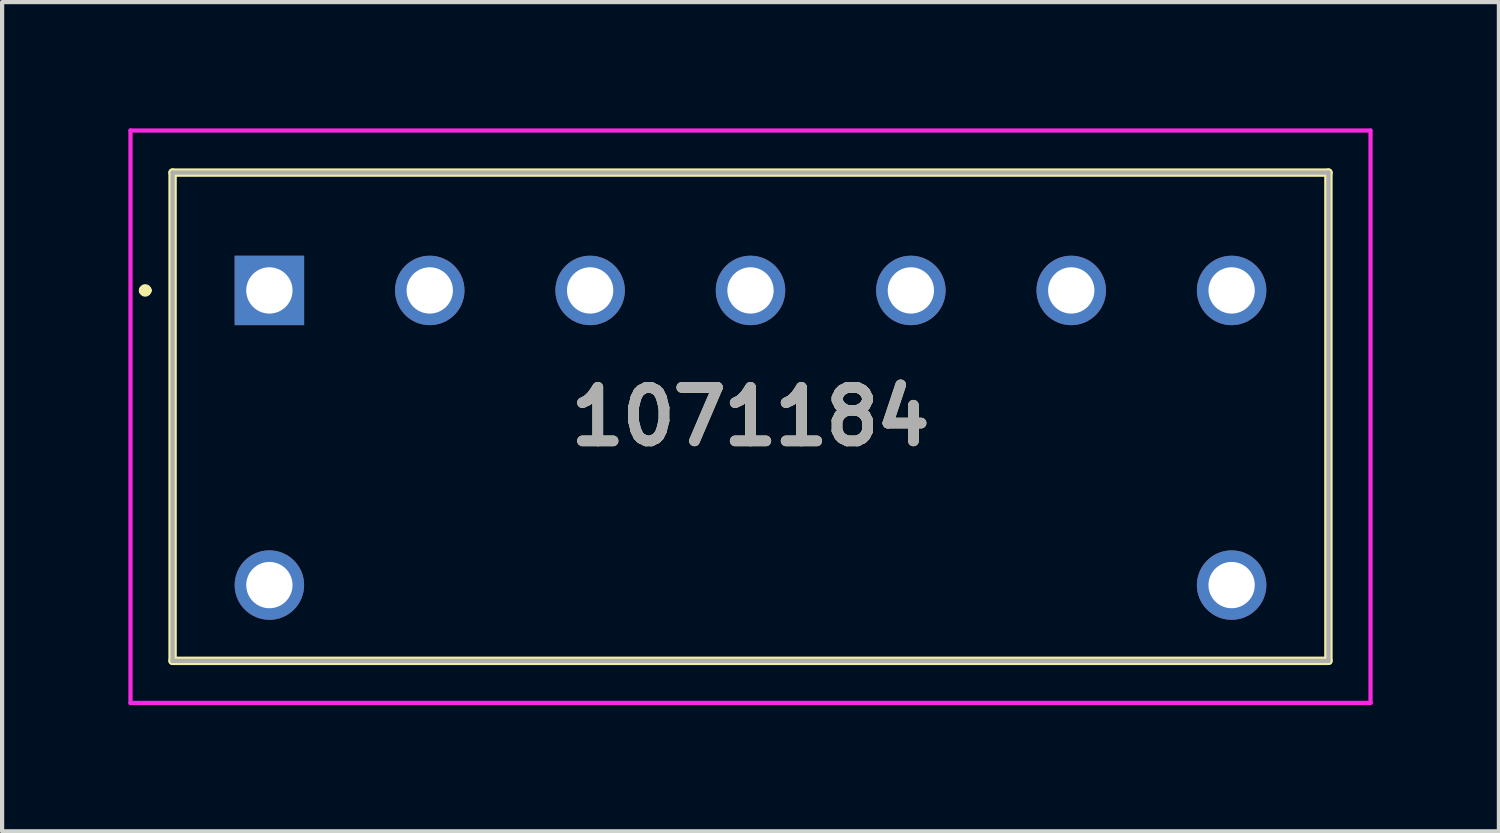
<source format=kicad_pcb>
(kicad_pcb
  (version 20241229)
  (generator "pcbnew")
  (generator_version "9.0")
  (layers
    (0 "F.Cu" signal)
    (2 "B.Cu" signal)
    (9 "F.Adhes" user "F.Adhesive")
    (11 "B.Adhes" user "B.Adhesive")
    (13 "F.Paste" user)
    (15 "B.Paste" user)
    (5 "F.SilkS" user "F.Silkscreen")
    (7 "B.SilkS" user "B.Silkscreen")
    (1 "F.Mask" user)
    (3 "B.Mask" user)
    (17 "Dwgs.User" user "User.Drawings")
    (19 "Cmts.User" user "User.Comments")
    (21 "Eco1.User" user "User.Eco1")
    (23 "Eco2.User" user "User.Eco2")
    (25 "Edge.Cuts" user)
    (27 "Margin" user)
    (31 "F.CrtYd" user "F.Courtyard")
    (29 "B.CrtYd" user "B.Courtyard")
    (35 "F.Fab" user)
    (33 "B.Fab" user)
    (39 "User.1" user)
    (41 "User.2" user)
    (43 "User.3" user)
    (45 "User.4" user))
  (footprint "1071184"
    (layer "F.Cu")
    (at 3.35 3.85)
    (property "Reference" "1071184" (at 11.43 3 0) (layer "F.SilkS") (effects (font (size 1.27 1.27) (thickness 0.254))))
    (attr through_hole)
    (fp_line (start -3 0) (end -3 0) (stroke (width 0.2) (type solid)) (layer "F.SilkS"))
    (fp_line (start -2.9 0) (end -3 0) (stroke (width 0.2) (type solid)) (layer "F.SilkS"))
    (fp_line (start -2.9 0) (end -2.9 0) (stroke (width 0.2) (type solid)) (layer "F.SilkS"))
    (fp_line (start -2.3 -2.8) (end 25.16 -2.8) (stroke (width 0.2) (type solid)) (layer "F.SilkS"))
    (fp_line (start -2.3 8.8) (end -2.3 -2.8) (stroke (width 0.2) (type solid)) (layer "F.SilkS"))
    (fp_line (start 25.16 -2.8) (end 25.16 8.8) (stroke (width 0.2) (type solid)) (layer "F.SilkS"))
    (fp_line (start 25.16 8.8) (end -2.3 8.8) (stroke (width 0.2) (type solid)) (layer "F.SilkS"))
    (fp_arc (start -3 0) (mid -2.95 -0.05) (end -2.9 0) (stroke (width 0.2) (type solid)) (layer "F.SilkS"))
    (fp_arc (start -2.9 0) (mid -2.95 0.05) (end -3 0) (stroke (width 0.2) (type solid)) (layer "F.SilkS"))
    (fp_line (start -3.3 -3.8) (end 26.16 -3.8) (stroke (width 0.1) (type solid)) (layer "F.CrtYd"))
    (fp_line (start -3.3 9.8) (end -3.3 -3.8) (stroke (width 0.1) (type solid)) (layer "F.CrtYd"))
    (fp_line (start 26.16 -3.8) (end 26.16 9.8) (stroke (width 0.1) (type solid)) (layer "F.CrtYd"))
    (fp_line (start 26.16 9.8) (end -3.3 9.8) (stroke (width 0.1) (type solid)) (layer "F.CrtYd"))
    (fp_line (start -2.3 -2.8) (end -2.3 8.8) (stroke (width 0.1) (type solid)) (layer "F.Fab"))
    (fp_line (start -2.3 8.8) (end 25.16 8.8) (stroke (width 0.1) (type solid)) (layer "F.Fab"))
    (fp_line (start 25.16 -2.8) (end -2.3 -2.8) (stroke (width 0.1) (type solid)) (layer "F.Fab"))
    (fp_line (start 25.16 8.8) (end 25.16 -2.8) (stroke (width 0.1) (type solid)) (layer "F.Fab"))
    (fp_text user "${REFERENCE}" (at 11.43 3 0) (layer "F.Fab") (effects (font (size 1.27 1.27) (thickness 0.254))))
    (pad "1" thru_hole rect (at 0 0) (size 1.65 1.65) (drill 1.1) (layers "*.Cu" "*.Mask"))
    (pad "2" thru_hole circle (at 3.81 0) (size 1.65 1.65) (drill 1.1) (layers "*.Cu" "*.Mask"))
    (pad "3" thru_hole circle (at 7.62 0) (size 1.65 1.65) (drill 1.1) (layers "*.Cu" "*.Mask"))
    (pad "4" thru_hole circle (at 11.43 0) (size 1.65 1.65) (drill 1.1) (layers "*.Cu" "*.Mask"))
    (pad "5" thru_hole circle (at 15.24 0) (size 1.65 1.65) (drill 1.1) (layers "*.Cu" "*.Mask"))
    (pad "6" thru_hole circle (at 19.05 0) (size 1.65 1.65) (drill 1.1) (layers "*.Cu" "*.Mask"))
    (pad "7" thru_hole circle (at 22.86 0) (size 1.65 1.65) (drill 1.1) (layers "*.Cu" "*.Mask"))
    (pad "MH1" thru_hole circle (at 0 7) (size 1.65 1.65) (drill 1.1) (layers "*.Cu" "*.Mask"))
    (pad "MH2" thru_hole circle (at 22.86 7) (size 1.65 1.65) (drill 1.1) (layers "*.Cu" "*.Mask")))
  (gr_rect
    (start -3 -3)
    (end 32.56 16.7)
    (stroke (width 0.1) (type default))
    (fill no)
    (layer "Edge.Cuts")))
</source>
